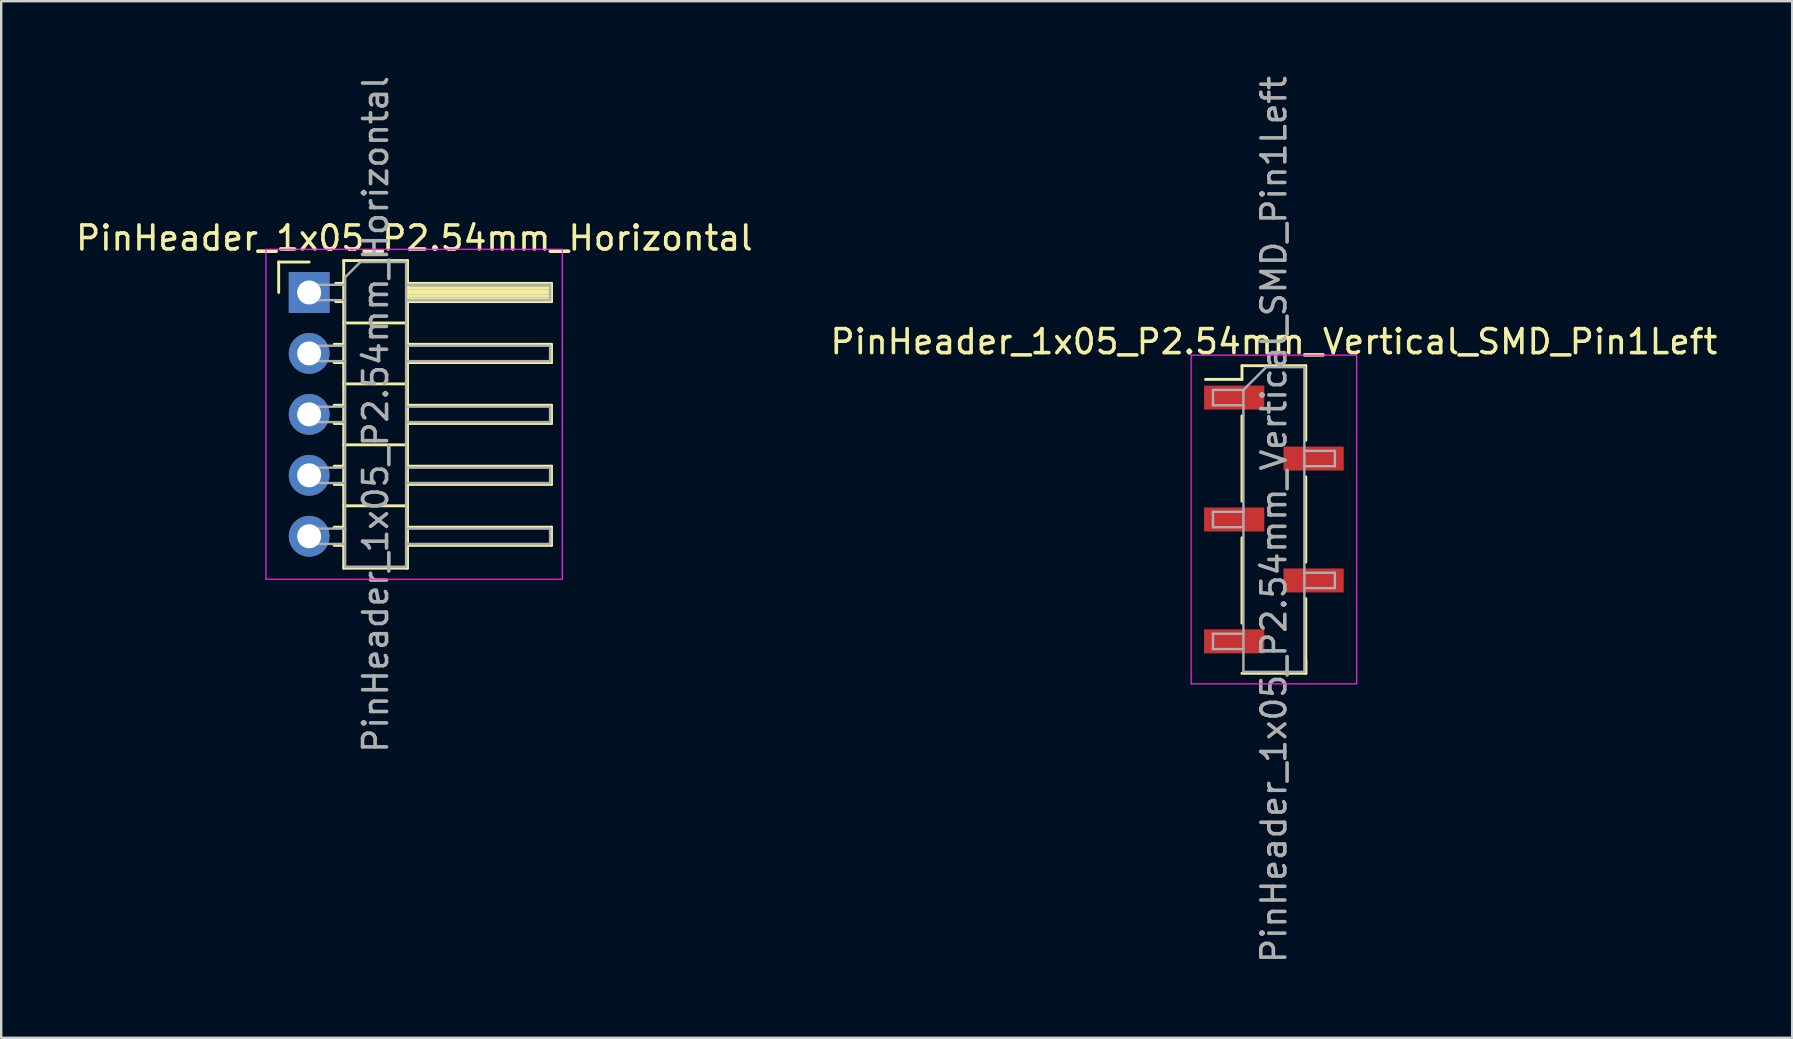
<source format=kicad_pcb>
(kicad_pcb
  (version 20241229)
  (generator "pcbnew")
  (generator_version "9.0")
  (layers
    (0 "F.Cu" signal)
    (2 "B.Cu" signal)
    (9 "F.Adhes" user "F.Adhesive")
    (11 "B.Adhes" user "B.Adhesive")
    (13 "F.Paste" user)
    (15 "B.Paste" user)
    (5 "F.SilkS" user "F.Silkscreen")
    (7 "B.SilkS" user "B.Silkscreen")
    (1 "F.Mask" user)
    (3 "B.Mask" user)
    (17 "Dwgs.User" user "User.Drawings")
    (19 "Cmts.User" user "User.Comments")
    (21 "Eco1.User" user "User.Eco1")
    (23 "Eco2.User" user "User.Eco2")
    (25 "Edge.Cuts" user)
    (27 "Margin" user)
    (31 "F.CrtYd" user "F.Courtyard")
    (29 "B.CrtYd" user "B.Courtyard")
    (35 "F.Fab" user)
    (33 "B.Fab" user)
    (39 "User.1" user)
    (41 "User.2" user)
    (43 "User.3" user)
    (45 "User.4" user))
  (footprint "PinHeader_1x05_P2.54mm_Horizontal"
    (layer "F.Cu")
    (at 9.835 9.14)
    (property "Reference" "PinHeader_1x05_P2.54mm_Horizontal" (at 4.385 -2.27 0) (layer "F.SilkS") (effects (font (size 1 1) (thickness 0.15))))
    (attr through_hole)
    (fp_line (start -1.27 -1.27) (end 0 -1.27) (stroke (width 0.12) (type solid)) (layer "F.SilkS"))
    (fp_line (start -1.27 0) (end -1.27 -1.27) (stroke (width 0.12) (type solid)) (layer "F.SilkS"))
    (fp_line (start 1.043 2.16) (end 1.44 2.16) (stroke (width 0.12) (type solid)) (layer "F.SilkS"))
    (fp_line (start 1.043 2.92) (end 1.44 2.92) (stroke (width 0.12) (type solid)) (layer "F.SilkS"))
    (fp_line (start 1.043 4.7) (end 1.44 4.7) (stroke (width 0.12) (type solid)) (layer "F.SilkS"))
    (fp_line (start 1.043 5.46) (end 1.44 5.46) (stroke (width 0.12) (type solid)) (layer "F.SilkS"))
    (fp_line (start 1.043 7.24) (end 1.44 7.24) (stroke (width 0.12) (type solid)) (layer "F.SilkS"))
    (fp_line (start 1.043 8) (end 1.44 8) (stroke (width 0.12) (type solid)) (layer "F.SilkS"))
    (fp_line (start 1.043 9.78) (end 1.44 9.78) (stroke (width 0.12) (type solid)) (layer "F.SilkS"))
    (fp_line (start 1.043 10.54) (end 1.44 10.54) (stroke (width 0.12) (type solid)) (layer "F.SilkS"))
    (fp_line (start 1.11 -0.38) (end 1.44 -0.38) (stroke (width 0.12) (type solid)) (layer "F.SilkS"))
    (fp_line (start 1.11 0.38) (end 1.44 0.38) (stroke (width 0.12) (type solid)) (layer "F.SilkS"))
    (fp_line (start 1.44 -1.33) (end 1.44 11.49) (stroke (width 0.12) (type solid)) (layer "F.SilkS"))
    (fp_line (start 1.44 1.27) (end 4.1 1.27) (stroke (width 0.12) (type solid)) (layer "F.SilkS"))
    (fp_line (start 1.44 3.81) (end 4.1 3.81) (stroke (width 0.12) (type solid)) (layer "F.SilkS"))
    (fp_line (start 1.44 6.35) (end 4.1 6.35) (stroke (width 0.12) (type solid)) (layer "F.SilkS"))
    (fp_line (start 1.44 8.89) (end 4.1 8.89) (stroke (width 0.12) (type solid)) (layer "F.SilkS"))
    (fp_line (start 1.44 11.49) (end 4.1 11.49) (stroke (width 0.12) (type solid)) (layer "F.SilkS"))
    (fp_line (start 4.1 -1.33) (end 1.44 -1.33) (stroke (width 0.12) (type solid)) (layer "F.SilkS"))
    (fp_line (start 4.1 -0.38) (end 10.1 -0.38) (stroke (width 0.12) (type solid)) (layer "F.SilkS"))
    (fp_line (start 4.1 -0.32) (end 10.1 -0.32) (stroke (width 0.12) (type solid)) (layer "F.SilkS"))
    (fp_line (start 4.1 -0.2) (end 10.1 -0.2) (stroke (width 0.12) (type solid)) (layer "F.SilkS"))
    (fp_line (start 4.1 -0.08) (end 10.1 -0.08) (stroke (width 0.12) (type solid)) (layer "F.SilkS"))
    (fp_line (start 4.1 0.04) (end 10.1 0.04) (stroke (width 0.12) (type solid)) (layer "F.SilkS"))
    (fp_line (start 4.1 0.16) (end 10.1 0.16) (stroke (width 0.12) (type solid)) (layer "F.SilkS"))
    (fp_line (start 4.1 0.28) (end 10.1 0.28) (stroke (width 0.12) (type solid)) (layer "F.SilkS"))
    (fp_line (start 4.1 2.16) (end 10.1 2.16) (stroke (width 0.12) (type solid)) (layer "F.SilkS"))
    (fp_line (start 4.1 4.7) (end 10.1 4.7) (stroke (width 0.12) (type solid)) (layer "F.SilkS"))
    (fp_line (start 4.1 7.24) (end 10.1 7.24) (stroke (width 0.12) (type solid)) (layer "F.SilkS"))
    (fp_line (start 4.1 9.78) (end 10.1 9.78) (stroke (width 0.12) (type solid)) (layer "F.SilkS"))
    (fp_line (start 4.1 11.49) (end 4.1 -1.33) (stroke (width 0.12) (type solid)) (layer "F.SilkS"))
    (fp_line (start 10.1 -0.38) (end 10.1 0.38) (stroke (width 0.12) (type solid)) (layer "F.SilkS"))
    (fp_line (start 10.1 0.38) (end 4.1 0.38) (stroke (width 0.12) (type solid)) (layer "F.SilkS"))
    (fp_line (start 10.1 2.16) (end 10.1 2.92) (stroke (width 0.12) (type solid)) (layer "F.SilkS"))
    (fp_line (start 10.1 2.92) (end 4.1 2.92) (stroke (width 0.12) (type solid)) (layer "F.SilkS"))
    (fp_line (start 10.1 4.7) (end 10.1 5.46) (stroke (width 0.12) (type solid)) (layer "F.SilkS"))
    (fp_line (start 10.1 5.46) (end 4.1 5.46) (stroke (width 0.12) (type solid)) (layer "F.SilkS"))
    (fp_line (start 10.1 7.24) (end 10.1 8) (stroke (width 0.12) (type solid)) (layer "F.SilkS"))
    (fp_line (start 10.1 8) (end 4.1 8) (stroke (width 0.12) (type solid)) (layer "F.SilkS"))
    (fp_line (start 10.1 9.78) (end 10.1 10.54) (stroke (width 0.12) (type solid)) (layer "F.SilkS"))
    (fp_line (start 10.1 10.54) (end 4.1 10.54) (stroke (width 0.12) (type solid)) (layer "F.SilkS"))
    (fp_line (start -1.8 -1.8) (end -1.8 11.95) (stroke (width 0.05) (type solid)) (layer "F.CrtYd"))
    (fp_line (start -1.8 11.95) (end 10.55 11.95) (stroke (width 0.05) (type solid)) (layer "F.CrtYd"))
    (fp_line (start 10.55 -1.8) (end -1.8 -1.8) (stroke (width 0.05) (type solid)) (layer "F.CrtYd"))
    (fp_line (start 10.55 11.95) (end 10.55 -1.8) (stroke (width 0.05) (type solid)) (layer "F.CrtYd"))
    (fp_line (start -0.32 -0.32) (end -0.32 0.32) (stroke (width 0.1) (type solid)) (layer "F.Fab"))
    (fp_line (start -0.32 -0.32) (end 1.5 -0.32) (stroke (width 0.1) (type solid)) (layer "F.Fab"))
    (fp_line (start -0.32 0.32) (end 1.5 0.32) (stroke (width 0.1) (type solid)) (layer "F.Fab"))
    (fp_line (start -0.32 2.22) (end -0.32 2.86) (stroke (width 0.1) (type solid)) (layer "F.Fab"))
    (fp_line (start -0.32 2.22) (end 1.5 2.22) (stroke (width 0.1) (type solid)) (layer "F.Fab"))
    (fp_line (start -0.32 2.86) (end 1.5 2.86) (stroke (width 0.1) (type solid)) (layer "F.Fab"))
    (fp_line (start -0.32 4.76) (end -0.32 5.4) (stroke (width 0.1) (type solid)) (layer "F.Fab"))
    (fp_line (start -0.32 4.76) (end 1.5 4.76) (stroke (width 0.1) (type solid)) (layer "F.Fab"))
    (fp_line (start -0.32 5.4) (end 1.5 5.4) (stroke (width 0.1) (type solid)) (layer "F.Fab"))
    (fp_line (start -0.32 7.3) (end -0.32 7.94) (stroke (width 0.1) (type solid)) (layer "F.Fab"))
    (fp_line (start -0.32 7.3) (end 1.5 7.3) (stroke (width 0.1) (type solid)) (layer "F.Fab"))
    (fp_line (start -0.32 7.94) (end 1.5 7.94) (stroke (width 0.1) (type solid)) (layer "F.Fab"))
    (fp_line (start -0.32 9.84) (end -0.32 10.48) (stroke (width 0.1) (type solid)) (layer "F.Fab"))
    (fp_line (start -0.32 9.84) (end 1.5 9.84) (stroke (width 0.1) (type solid)) (layer "F.Fab"))
    (fp_line (start -0.32 10.48) (end 1.5 10.48) (stroke (width 0.1) (type solid)) (layer "F.Fab"))
    (fp_line (start 1.5 -0.635) (end 2.135 -1.27) (stroke (width 0.1) (type solid)) (layer "F.Fab"))
    (fp_line (start 1.5 11.43) (end 1.5 -0.635) (stroke (width 0.1) (type solid)) (layer "F.Fab"))
    (fp_line (start 2.135 -1.27) (end 4.04 -1.27) (stroke (width 0.1) (type solid)) (layer "F.Fab"))
    (fp_line (start 4.04 -1.27) (end 4.04 11.43) (stroke (width 0.1) (type solid)) (layer "F.Fab"))
    (fp_line (start 4.04 -0.32) (end 10.04 -0.32) (stroke (width 0.1) (type solid)) (layer "F.Fab"))
    (fp_line (start 4.04 0.32) (end 10.04 0.32) (stroke (width 0.1) (type solid)) (layer "F.Fab"))
    (fp_line (start 4.04 2.22) (end 10.04 2.22) (stroke (width 0.1) (type solid)) (layer "F.Fab"))
    (fp_line (start 4.04 2.86) (end 10.04 2.86) (stroke (width 0.1) (type solid)) (layer "F.Fab"))
    (fp_line (start 4.04 4.76) (end 10.04 4.76) (stroke (width 0.1) (type solid)) (layer "F.Fab"))
    (fp_line (start 4.04 5.4) (end 10.04 5.4) (stroke (width 0.1) (type solid)) (layer "F.Fab"))
    (fp_line (start 4.04 7.3) (end 10.04 7.3) (stroke (width 0.1) (type solid)) (layer "F.Fab"))
    (fp_line (start 4.04 7.94) (end 10.04 7.94) (stroke (width 0.1) (type solid)) (layer "F.Fab"))
    (fp_line (start 4.04 9.84) (end 10.04 9.84) (stroke (width 0.1) (type solid)) (layer "F.Fab"))
    (fp_line (start 4.04 10.48) (end 10.04 10.48) (stroke (width 0.1) (type solid)) (layer "F.Fab"))
    (fp_line (start 4.04 11.43) (end 1.5 11.43) (stroke (width 0.1) (type solid)) (layer "F.Fab"))
    (fp_line (start 10.04 -0.32) (end 10.04 0.32) (stroke (width 0.1) (type solid)) (layer "F.Fab"))
    (fp_line (start 10.04 2.22) (end 10.04 2.86) (stroke (width 0.1) (type solid)) (layer "F.Fab"))
    (fp_line (start 10.04 4.76) (end 10.04 5.4) (stroke (width 0.1) (type solid)) (layer "F.Fab"))
    (fp_line (start 10.04 7.3) (end 10.04 7.94) (stroke (width 0.1) (type solid)) (layer "F.Fab"))
    (fp_line (start 10.04 9.84) (end 10.04 10.48) (stroke (width 0.1) (type solid)) (layer "F.Fab"))
    (fp_text user "${REFERENCE}" (at 2.77 5.08 90) (layer "F.Fab") (effects (font (size 1 1) (thickness 0.15))))
    (pad "1" thru_hole rect (at 0 0) (size 1.7 1.7) (drill 1) (layers "*.Cu" "*.Mask"))
    (pad "2" thru_hole oval (at 0 2.54) (size 1.7 1.7) (drill 1) (layers "*.Cu" "*.Mask"))
    (pad "3" thru_hole oval (at 0 5.08) (size 1.7 1.7) (drill 1) (layers "*.Cu" "*.Mask"))
    (pad "4" thru_hole oval (at 0 7.62) (size 1.7 1.7) (drill 1) (layers "*.Cu" "*.Mask"))
    (pad "5" thru_hole oval (at 0 10.16) (size 1.7 1.7) (drill 1) (layers "*.Cu" "*.Mask")))
  (footprint "PinHeader_1x05_P2.54mm_Vertical_SMD_Pin1Left"
    (layer "F.Cu")
    (at 50.042 18.601)
    (property "Reference" "PinHeader_1x05_P2.54mm_Vertical_SMD_Pin1Left" (at 0 -7.41 0) (layer "F.SilkS") (effects (font (size 1 1) (thickness 0.15))))
    (attr smd)
    (fp_line (start -1.33 -6.41) (end -1.33 -5.84) (stroke (width 0.12) (type solid)) (layer "F.SilkS"))
    (fp_line (start -1.33 -6.41) (end 1.33 -6.41) (stroke (width 0.12) (type solid)) (layer "F.SilkS"))
    (fp_line (start -1.33 -5.84) (end -2.85 -5.84) (stroke (width 0.12) (type solid)) (layer "F.SilkS"))
    (fp_line (start -1.33 -4.32) (end -1.33 -0.76) (stroke (width 0.12) (type solid)) (layer "F.SilkS"))
    (fp_line (start -1.33 0.76) (end -1.33 4.32) (stroke (width 0.12) (type solid)) (layer "F.SilkS"))
    (fp_line (start -1.33 6.41) (end 1.33 6.41) (stroke (width 0.12) (type solid)) (layer "F.SilkS"))
    (fp_line (start 1.33 -6.41) (end 1.33 -3.3) (stroke (width 0.12) (type solid)) (layer "F.SilkS"))
    (fp_line (start 1.33 -1.78) (end 1.33 1.78) (stroke (width 0.12) (type solid)) (layer "F.SilkS"))
    (fp_line (start 1.33 3.3) (end 1.33 6.41) (stroke (width 0.12) (type solid)) (layer "F.SilkS"))
    (fp_line (start 1.33 5.84) (end 1.33 6.41) (stroke (width 0.12) (type solid)) (layer "F.SilkS"))
    (fp_line (start -3.45 -6.85) (end -3.45 6.85) (stroke (width 0.05) (type solid)) (layer "F.CrtYd"))
    (fp_line (start -3.45 6.85) (end 3.45 6.85) (stroke (width 0.05) (type solid)) (layer "F.CrtYd"))
    (fp_line (start 3.45 -6.85) (end -3.45 -6.85) (stroke (width 0.05) (type solid)) (layer "F.CrtYd"))
    (fp_line (start 3.45 6.85) (end 3.45 -6.85) (stroke (width 0.05) (type solid)) (layer "F.CrtYd"))
    (fp_line (start -2.54 -5.4) (end -2.54 -4.76) (stroke (width 0.1) (type solid)) (layer "F.Fab"))
    (fp_line (start -2.54 -4.76) (end -1.27 -4.76) (stroke (width 0.1) (type solid)) (layer "F.Fab"))
    (fp_line (start -2.54 -0.32) (end -2.54 0.32) (stroke (width 0.1) (type solid)) (layer "F.Fab"))
    (fp_line (start -2.54 0.32) (end -1.27 0.32) (stroke (width 0.1) (type solid)) (layer "F.Fab"))
    (fp_line (start -2.54 4.76) (end -2.54 5.4) (stroke (width 0.1) (type solid)) (layer "F.Fab"))
    (fp_line (start -2.54 5.4) (end -1.27 5.4) (stroke (width 0.1) (type solid)) (layer "F.Fab"))
    (fp_line (start -1.27 -5.4) (end -2.54 -5.4) (stroke (width 0.1) (type solid)) (layer "F.Fab"))
    (fp_line (start -1.27 -5.4) (end -0.32 -6.35) (stroke (width 0.1) (type solid)) (layer "F.Fab"))
    (fp_line (start -1.27 -0.32) (end -2.54 -0.32) (stroke (width 0.1) (type solid)) (layer "F.Fab"))
    (fp_line (start -1.27 4.76) (end -2.54 4.76) (stroke (width 0.1) (type solid)) (layer "F.Fab"))
    (fp_line (start -1.27 6.35) (end -1.27 -5.4) (stroke (width 0.1) (type solid)) (layer "F.Fab"))
    (fp_line (start -0.32 -6.35) (end 1.27 -6.35) (stroke (width 0.1) (type solid)) (layer "F.Fab"))
    (fp_line (start 1.27 -6.35) (end 1.27 6.35) (stroke (width 0.1) (type solid)) (layer "F.Fab"))
    (fp_line (start 1.27 -2.86) (end 2.54 -2.86) (stroke (width 0.1) (type solid)) (layer "F.Fab"))
    (fp_line (start 1.27 2.22) (end 2.54 2.22) (stroke (width 0.1) (type solid)) (layer "F.Fab"))
    (fp_line (start 1.27 6.35) (end -1.27 6.35) (stroke (width 0.1) (type solid)) (layer "F.Fab"))
    (fp_line (start 2.54 -2.86) (end 2.54 -2.22) (stroke (width 0.1) (type solid)) (layer "F.Fab"))
    (fp_line (start 2.54 -2.22) (end 1.27 -2.22) (stroke (width 0.1) (type solid)) (layer "F.Fab"))
    (fp_line (start 2.54 2.22) (end 2.54 2.86) (stroke (width 0.1) (type solid)) (layer "F.Fab"))
    (fp_line (start 2.54 2.86) (end 1.27 2.86) (stroke (width 0.1) (type solid)) (layer "F.Fab"))
    (fp_text user "${REFERENCE}" (at 0 0 90) (layer "F.Fab") (effects (font (size 1 1) (thickness 0.15))))
    (pad "1" smd rect (at -1.655 -5.08) (size 2.51 1) (layers "F.Cu" "F.Mask" "F.Paste"))
    (pad "2" smd rect (at 1.655 -2.54) (size 2.51 1) (layers "F.Cu" "F.Mask" "F.Paste"))
    (pad "3" smd rect (at -1.655 0) (size 2.51 1) (layers "F.Cu" "F.Mask" "F.Paste"))
    (pad "4" smd rect (at 1.655 2.54) (size 2.51 1) (layers "F.Cu" "F.Mask" "F.Paste"))
    (pad "5" smd rect (at -1.655 5.08) (size 2.51 1) (layers "F.Cu" "F.Mask" "F.Paste")))
  (gr_rect
    (start -3 -3)
    (end 71.643 40.202)
    (stroke (width 0.1) (type default))
    (fill no)
    (layer "Edge.Cuts")))
</source>
